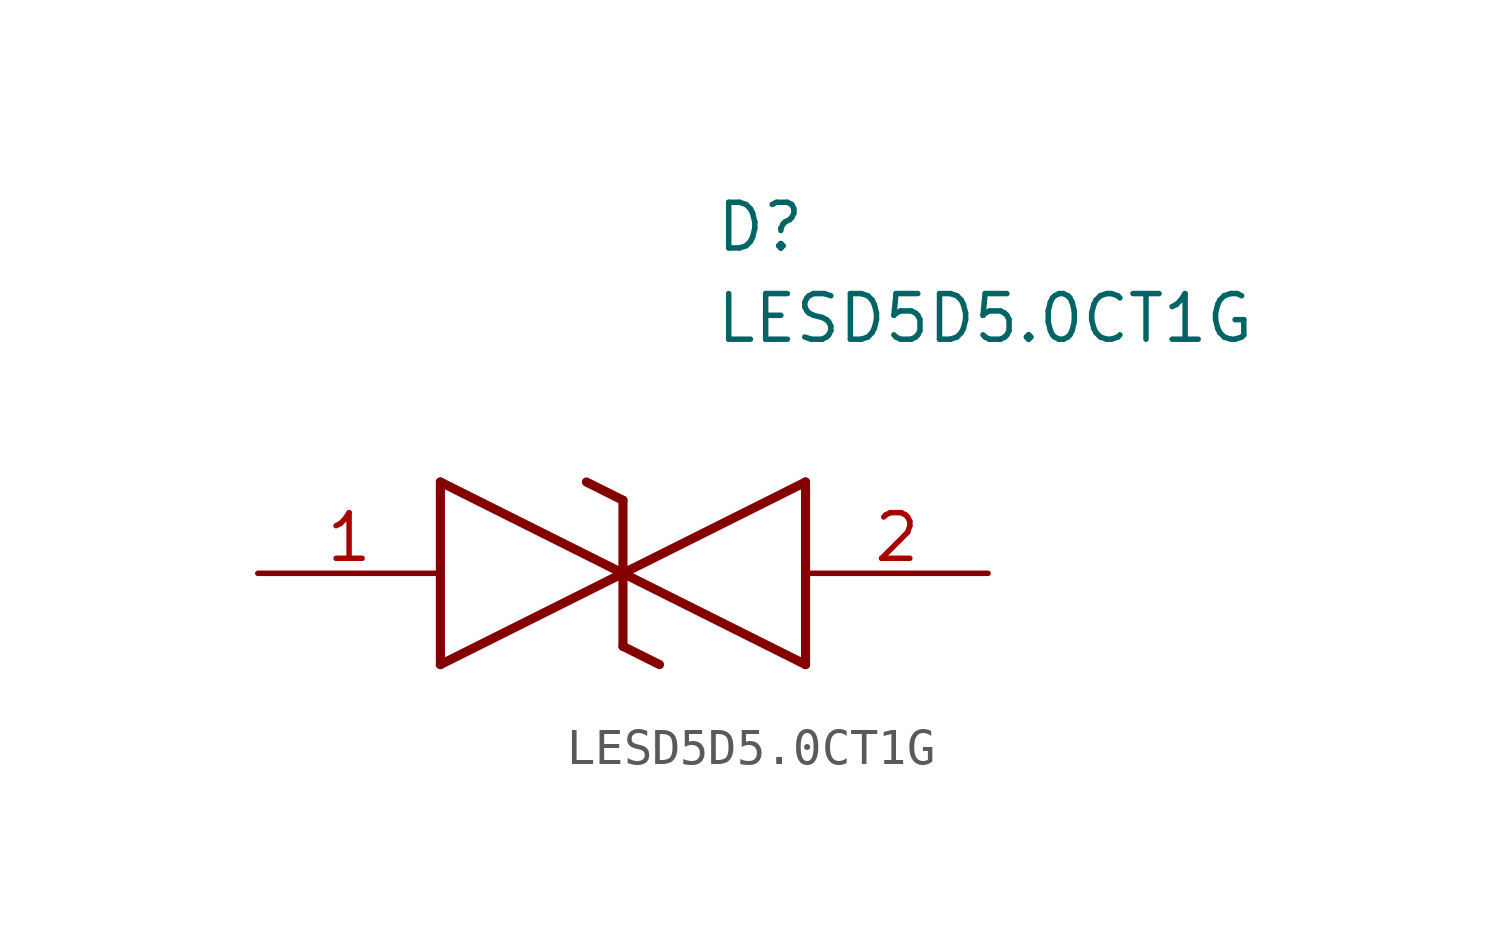
<source format=kicad_sym>
(kicad_symbol_lib
  (version 20211014)
  (generator SamacSys_ECAD_Model)
  (symbol "LESD5D5.0CT1G"
    (pin_names hide)
    (property "Reference" "D"
      (at 12.7 8.89 0)
      (effects (font (size 1.27 1.27)) (justify left bottom)))
    (property "Value" "LESD5D5.0CT1G"
      (at 12.7 6.35 0)
      (effects (font (size 1.27 1.27)) (justify left bottom)))
    (polyline
      (pts (xy 10.16 0) (xy 5.08 -2.54))
      (stroke (width 0.254) (type default))
      (fill (type none)))
    (polyline
      (pts (xy 5.08 2.54) (xy 5.08 -2.54))
      (stroke (width 0.254) (type default))
      (fill (type none)))
    (polyline
      (pts (xy 5.08 2.54) (xy 10.16 0))
      (stroke (width 0.254) (type default))
      (fill (type none)))
    (polyline
      (pts (xy 10.16 0) (xy 15.24 -2.54))
      (stroke (width 0.254) (type default))
      (fill (type none)))
    (polyline
      (pts (xy 15.24 2.54) (xy 15.24 -2.54))
      (stroke (width 0.254) (type default))
      (fill (type none)))
    (polyline
      (pts (xy 15.24 2.54) (xy 10.16 0))
      (stroke (width 0.254) (type default))
      (fill (type none)))
    (polyline
      (pts (xy 10.16 -2.032) (xy 10.16 2.032))
      (stroke (width 0.254) (type default))
      (fill (type none)))
    (polyline
      (pts (xy 9.144 2.54) (xy 10.16 2.032))
      (stroke (width 0.254) (type default))
      (fill (type none)))
    (polyline
      (pts (xy 10.16 -2.032) (xy 11.176 -2.54))
      (stroke (width 0.254) (type default))
      (fill (type none)))
    (pin passive line
      (at 0 0 0)
      (length 5.08)
      (name "1" (effects (font (size 1.27 1.27))))
      (number "1" (effects (font (size 1.27 1.27)))))
    (pin passive line
      (at 20.32 0 180)
      (length 5.08)
      (name "2" (effects (font (size 1.27 1.27))))
      (number "2" (effects (font (size 1.27 1.27)))))))
</source>
